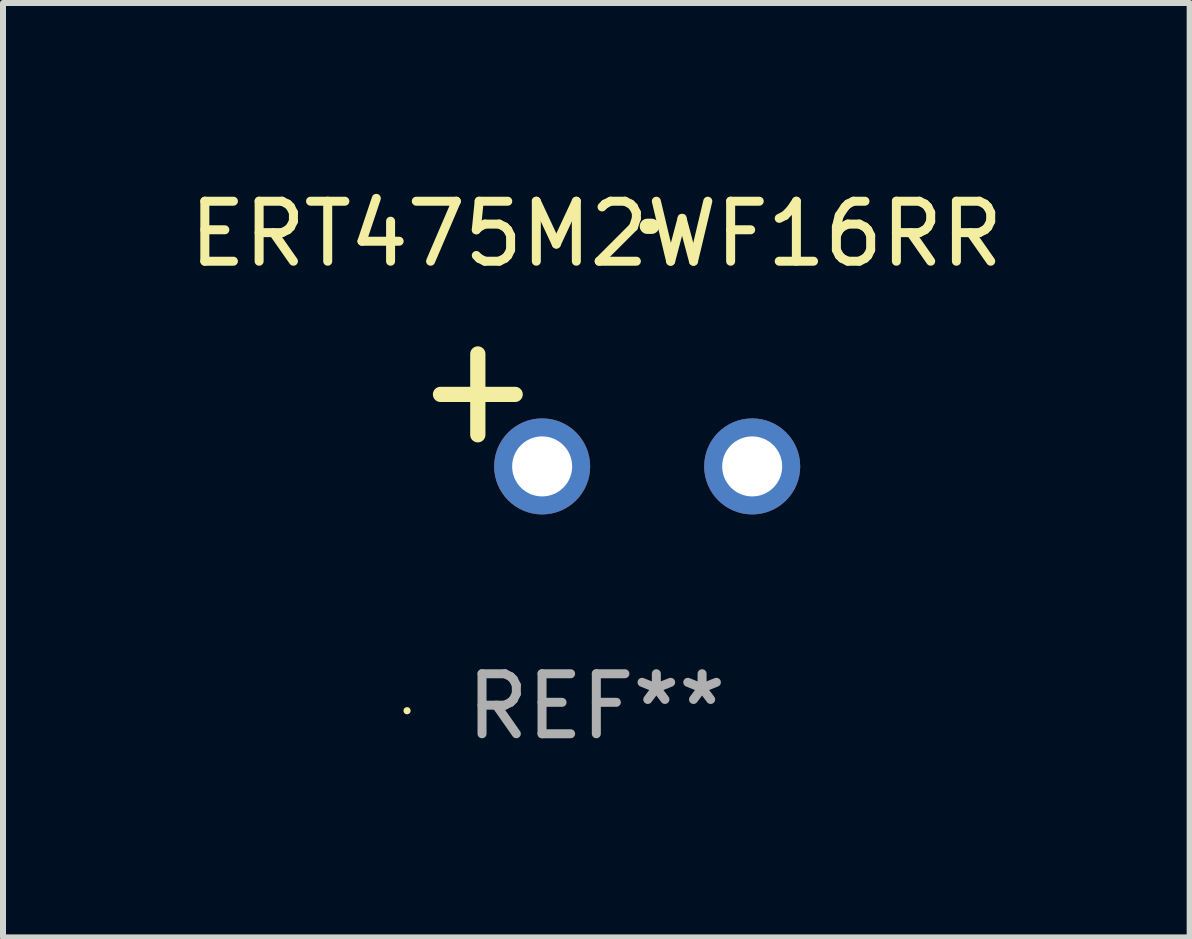
<source format=kicad_pcb>
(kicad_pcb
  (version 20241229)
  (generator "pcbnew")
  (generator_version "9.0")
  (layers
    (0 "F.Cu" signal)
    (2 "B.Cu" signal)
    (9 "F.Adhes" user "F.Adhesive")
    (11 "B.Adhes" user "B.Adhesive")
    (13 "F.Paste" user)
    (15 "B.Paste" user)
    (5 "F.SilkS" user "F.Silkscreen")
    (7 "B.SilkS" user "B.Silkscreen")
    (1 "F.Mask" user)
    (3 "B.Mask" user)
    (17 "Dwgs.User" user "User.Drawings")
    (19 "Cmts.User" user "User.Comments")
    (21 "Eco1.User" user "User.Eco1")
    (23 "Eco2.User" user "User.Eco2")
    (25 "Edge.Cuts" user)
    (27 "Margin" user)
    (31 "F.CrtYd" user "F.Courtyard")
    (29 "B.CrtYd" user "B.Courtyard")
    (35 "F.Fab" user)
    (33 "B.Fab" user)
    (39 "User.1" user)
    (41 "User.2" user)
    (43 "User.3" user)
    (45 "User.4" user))
  (footprint "ERT475M2WF16RR"
    (layer "F.Cu")
    (at 6.887 3.785)
    (property "Reference" "ERT475M2WF16RR" (at 0 -2.937 0) (layer "F.SilkS") (effects (font (size 1 1) (thickness 0.15))))
    (attr through_hole)
    (fp_line (start -1.975 0.41) (end -1.975 -0.937) (stroke (width 0.254) (type solid)) (layer "F.SilkS"))
    (fp_line (start -1.353 -0.263) (end -2.597 -0.263) (stroke (width 0.254) (type solid)) (layer "F.SilkS"))
    (fp_arc (start 0.849809 -3.063957) (mid 0.885369 -3.064114) (end 0.920929 -3.063957) (stroke (width 0.254001) (type solid)) (layer "F.SilkS"))
    (fp_circle (center -3.154 5.008) (end -3.124 5.008) (stroke (width 0.06) (type solid)) (fill no) (layer "F.SilkS"))
    (fp_text user "REF**" (at 0 4.937 0) (layer "F.Fab") (effects (font (size 1 1) (thickness 0.15))))
    (pad "1" thru_hole circle (at -0.903 0.937) (size 1.6 1.6) (drill 1) (layers "*.Cu" "*.Mask"))
    (pad "2" thru_hole circle (at 2.597 0.937) (size 1.6 1.6) (drill 1) (layers "*.Cu" "*.Mask")))
  (gr_rect
    (start -3 -3)
    (end 16.774 12.57)
    (stroke (width 0.1) (type default))
    (fill no)
    (layer "Edge.Cuts")))
</source>
